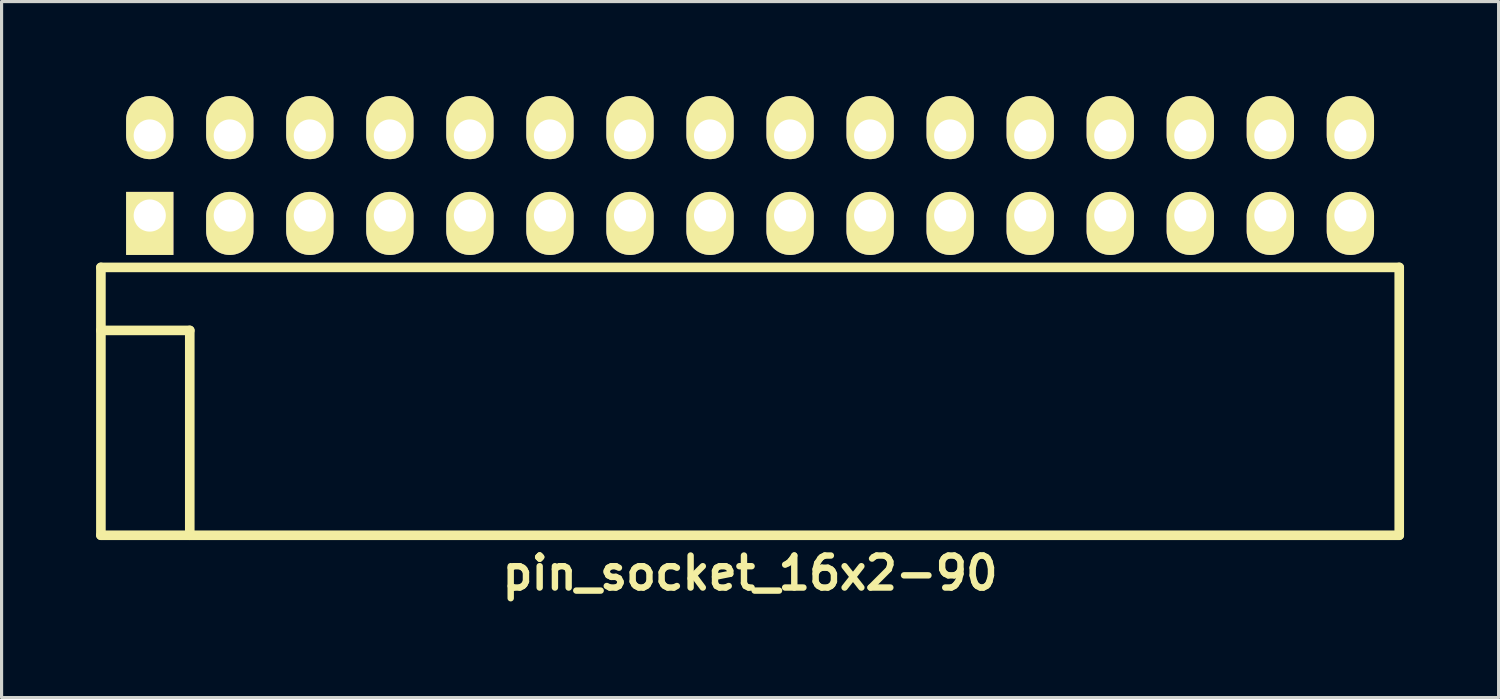
<source format=kicad_pcb>
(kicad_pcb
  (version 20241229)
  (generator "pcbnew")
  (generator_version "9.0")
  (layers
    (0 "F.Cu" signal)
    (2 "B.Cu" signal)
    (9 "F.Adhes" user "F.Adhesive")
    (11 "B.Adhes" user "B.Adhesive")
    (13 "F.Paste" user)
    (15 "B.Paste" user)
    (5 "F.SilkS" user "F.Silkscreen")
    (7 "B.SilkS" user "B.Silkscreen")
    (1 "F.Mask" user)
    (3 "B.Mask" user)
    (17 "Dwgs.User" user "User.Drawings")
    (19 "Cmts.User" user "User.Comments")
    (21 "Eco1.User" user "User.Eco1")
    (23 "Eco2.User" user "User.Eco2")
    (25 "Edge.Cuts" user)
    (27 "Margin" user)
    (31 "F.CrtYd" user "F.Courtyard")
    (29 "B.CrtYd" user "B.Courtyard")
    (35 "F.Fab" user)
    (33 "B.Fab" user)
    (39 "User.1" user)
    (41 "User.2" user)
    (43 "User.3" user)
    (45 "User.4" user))
  (footprint "pin_socket_16x2-90"
    (layer "F.Cu")
    (at 20.752 7.435)
    (property "Reference" "pin_socket_16x2-90" (at 0 7.7 0) (layer "F.SilkS") (effects (font (size 1.016 1.016) (thickness 0.203))))
    (attr through_hole)
    (fp_line (start -20.6 -2) (end -20.6 6.5) (stroke (width 0.305) (type solid)) (layer "F.SilkS"))
    (fp_line (start -20.6 -2) (end 20.6 -2) (stroke (width 0.305) (type solid)) (layer "F.SilkS"))
    (fp_line (start -20.6 0) (end -17.78 0) (stroke (width 0.305) (type solid)) (layer "F.SilkS"))
    (fp_line (start -20.6 6.5) (end 20.6 6.5) (stroke (width 0.305) (type solid)) (layer "F.SilkS"))
    (fp_line (start -17.78 0) (end -17.78 6.5) (stroke (width 0.305) (type solid)) (layer "F.SilkS"))
    (fp_line (start 20.6 -2) (end 20.6 6.5) (stroke (width 0.305) (type solid)) (layer "F.SilkS"))
    (pad "1" thru_hole rect (at -19.05 -3.645) (size 1.5 2) (drill 1.02 (offset 0 0.25)) (layers "*.Cu" "*.Mask" "F.SilkS"))
    (pad "2" thru_hole oval (at -19.05 -6.185) (size 1.5 2) (drill 1.02 (offset 0 -0.25)) (layers "*.Cu" "*.Mask" "F.SilkS"))
    (pad "3" thru_hole oval (at -16.51 -3.645) (size 1.5 2) (drill 1.02 (offset 0 0.25)) (layers "*.Cu" "*.Mask" "F.SilkS"))
    (pad "4" thru_hole oval (at -16.51 -6.185) (size 1.5 2) (drill 1.02 (offset 0 -0.25)) (layers "*.Cu" "*.Mask" "F.SilkS"))
    (pad "5" thru_hole oval (at -13.97 -3.645) (size 1.5 2) (drill 1.02 (offset 0 0.25)) (layers "*.Cu" "*.Mask" "F.SilkS"))
    (pad "6" thru_hole oval (at -13.97 -6.185) (size 1.5 2) (drill 1.02 (offset 0 -0.25)) (layers "*.Cu" "*.Mask" "F.SilkS"))
    (pad "7" thru_hole oval (at -11.43 -3.645) (size 1.5 2) (drill 1.02 (offset 0 0.25)) (layers "*.Cu" "*.Mask" "F.SilkS"))
    (pad "8" thru_hole oval (at -11.43 -6.185) (size 1.5 2) (drill 1.02 (offset 0 -0.25)) (layers "*.Cu" "*.Mask" "F.SilkS"))
    (pad "9" thru_hole oval (at -8.89 -3.645) (size 1.5 2) (drill 1.02 (offset 0 0.25)) (layers "*.Cu" "*.Mask" "F.SilkS"))
    (pad "10" thru_hole oval (at -8.89 -6.185) (size 1.5 2) (drill 1.02 (offset 0 -0.25)) (layers "*.Cu" "*.Mask" "F.SilkS"))
    (pad "11" thru_hole oval (at -6.35 -3.645) (size 1.5 2) (drill 1.02 (offset 0 0.25)) (layers "*.Cu" "*.Mask" "F.SilkS"))
    (pad "12" thru_hole oval (at -6.35 -6.185) (size 1.5 2) (drill 1.02 (offset 0 -0.25)) (layers "*.Cu" "*.Mask" "F.SilkS"))
    (pad "13" thru_hole oval (at -3.81 -3.645) (size 1.5 2) (drill 1.02 (offset 0 0.25)) (layers "*.Cu" "*.Mask" "F.SilkS"))
    (pad "14" thru_hole oval (at -3.81 -6.185) (size 1.5 2) (drill 1.02 (offset 0 -0.25)) (layers "*.Cu" "*.Mask" "F.SilkS"))
    (pad "15" thru_hole oval (at -1.27 -3.645) (size 1.5 2) (drill 1.02 (offset 0 0.25)) (layers "*.Cu" "*.Mask" "F.SilkS"))
    (pad "16" thru_hole oval (at -1.27 -6.185) (size 1.5 2) (drill 1.02 (offset 0 -0.25)) (layers "*.Cu" "*.Mask" "F.SilkS"))
    (pad "17" thru_hole oval (at 1.27 -3.645) (size 1.5 2) (drill 1.02 (offset 0 0.25)) (layers "*.Cu" "*.Mask" "F.SilkS"))
    (pad "18" thru_hole oval (at 1.27 -6.185) (size 1.5 2) (drill 1.02 (offset 0 -0.25)) (layers "*.Cu" "*.Mask" "F.SilkS"))
    (pad "19" thru_hole oval (at 3.81 -3.645) (size 1.5 2) (drill 1.02 (offset 0 0.25)) (layers "*.Cu" "*.Mask" "F.SilkS"))
    (pad "20" thru_hole oval (at 3.81 -6.185) (size 1.5 2) (drill 1.02 (offset 0 -0.25)) (layers "*.Cu" "*.Mask" "F.SilkS"))
    (pad "21" thru_hole oval (at 6.35 -3.645) (size 1.5 2) (drill 1.02 (offset 0 0.25)) (layers "*.Cu" "*.Mask" "F.SilkS"))
    (pad "22" thru_hole oval (at 6.35 -6.185) (size 1.5 2) (drill 1.02 (offset 0 -0.25)) (layers "*.Cu" "*.Mask" "F.SilkS"))
    (pad "23" thru_hole oval (at 8.89 -3.645) (size 1.5 2) (drill 1.02 (offset 0 0.25)) (layers "*.Cu" "*.Mask" "F.SilkS"))
    (pad "24" thru_hole oval (at 8.89 -6.185) (size 1.5 2) (drill 1.02 (offset 0 -0.25)) (layers "*.Cu" "*.Mask" "F.SilkS"))
    (pad "25" thru_hole oval (at 11.43 -3.645) (size 1.5 2) (drill 1.02 (offset 0 0.25)) (layers "*.Cu" "*.Mask" "F.SilkS"))
    (pad "26" thru_hole oval (at 11.43 -6.185) (size 1.5 2) (drill 1.02 (offset 0 -0.25)) (layers "*.Cu" "*.Mask" "F.SilkS"))
    (pad "27" thru_hole oval (at 13.97 -3.645) (size 1.5 2) (drill 1.02 (offset 0 0.25)) (layers "*.Cu" "*.Mask" "F.SilkS"))
    (pad "28" thru_hole oval (at 13.97 -6.185) (size 1.5 2) (drill 1.02 (offset 0 -0.25)) (layers "*.Cu" "*.Mask" "F.SilkS"))
    (pad "29" thru_hole oval (at 16.51 -3.645) (size 1.5 2) (drill 1.02 (offset 0 0.25)) (layers "*.Cu" "*.Mask" "F.SilkS"))
    (pad "30" thru_hole oval (at 16.51 -6.185) (size 1.5 2) (drill 1.02 (offset 0 -0.25)) (layers "*.Cu" "*.Mask" "F.SilkS"))
    (pad "31" thru_hole oval (at 19.05 -3.645) (size 1.5 2) (drill 1.02 (offset 0 0.25)) (layers "*.Cu" "*.Mask" "F.SilkS"))
    (pad "32" thru_hole oval (at 19.05 -6.185) (size 1.5 2) (drill 1.02 (offset 0 -0.25)) (layers "*.Cu" "*.Mask" "F.SilkS")))
  (gr_rect
    (start -3 -3)
    (end 44.505 19.086)
    (stroke (width 0.1) (type default))
    (fill no)
    (layer "Edge.Cuts")))
</source>
